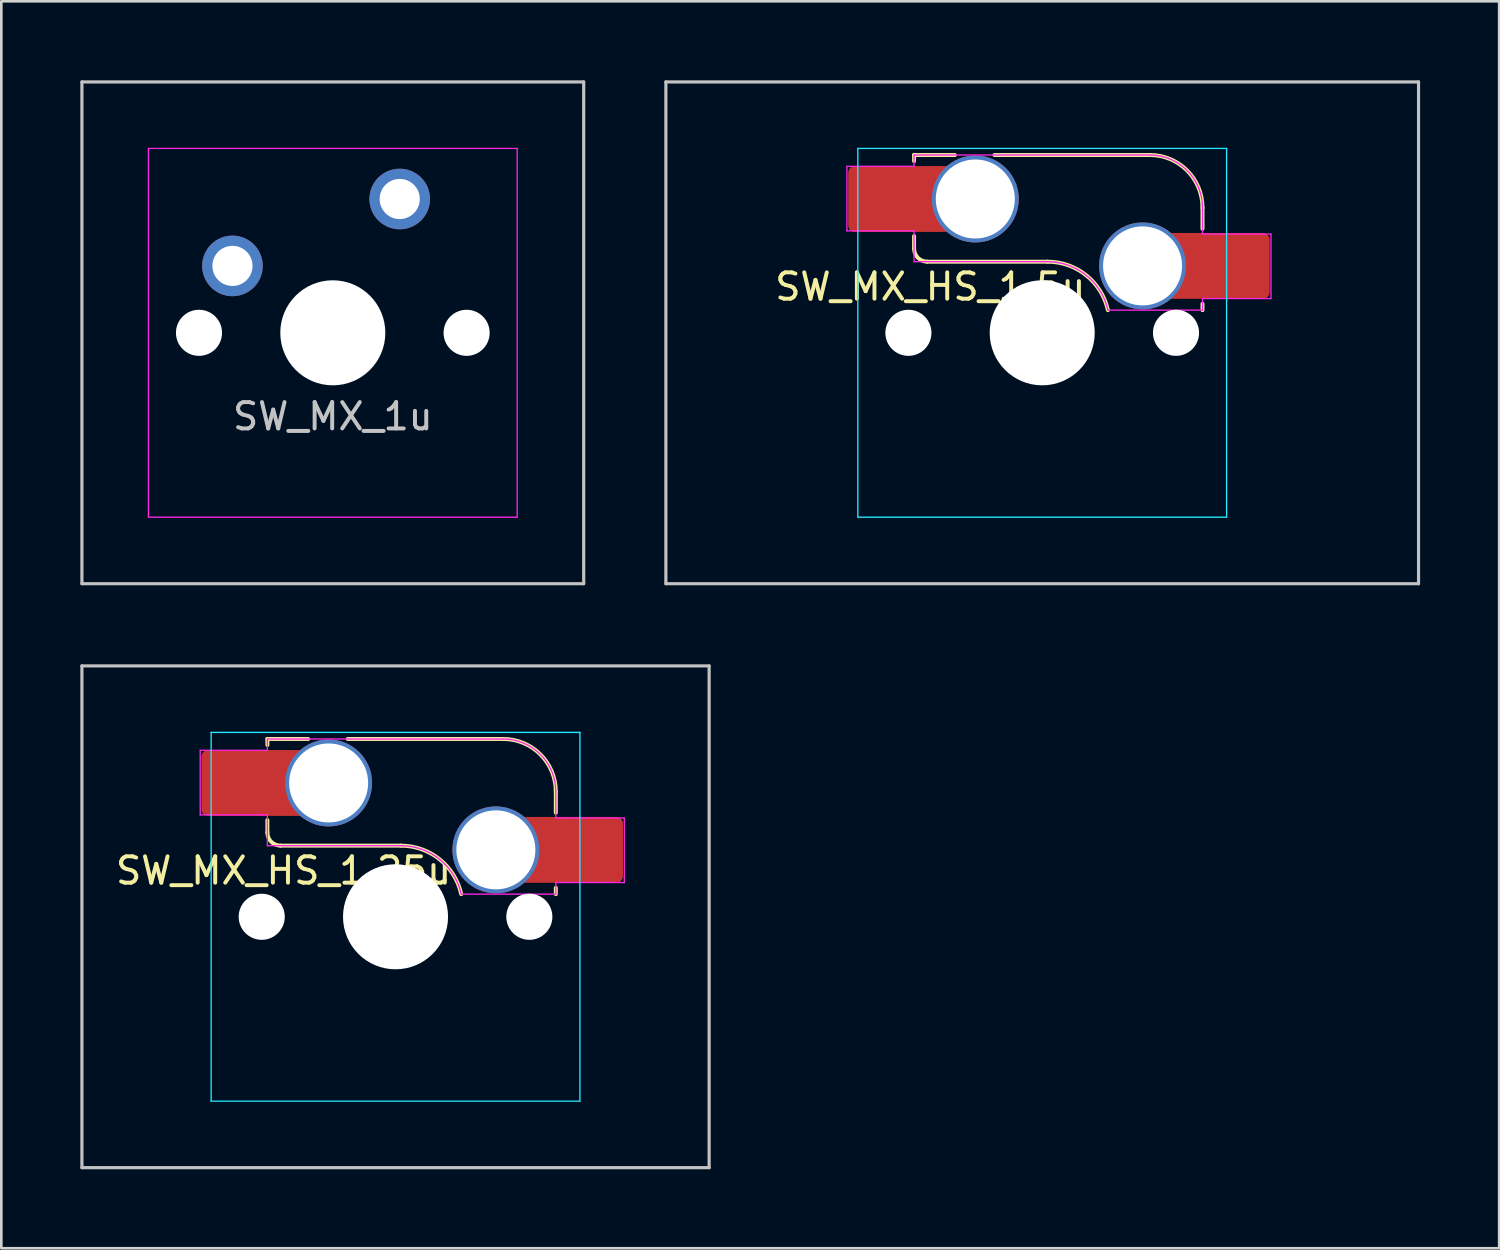
<source format=kicad_pcb>
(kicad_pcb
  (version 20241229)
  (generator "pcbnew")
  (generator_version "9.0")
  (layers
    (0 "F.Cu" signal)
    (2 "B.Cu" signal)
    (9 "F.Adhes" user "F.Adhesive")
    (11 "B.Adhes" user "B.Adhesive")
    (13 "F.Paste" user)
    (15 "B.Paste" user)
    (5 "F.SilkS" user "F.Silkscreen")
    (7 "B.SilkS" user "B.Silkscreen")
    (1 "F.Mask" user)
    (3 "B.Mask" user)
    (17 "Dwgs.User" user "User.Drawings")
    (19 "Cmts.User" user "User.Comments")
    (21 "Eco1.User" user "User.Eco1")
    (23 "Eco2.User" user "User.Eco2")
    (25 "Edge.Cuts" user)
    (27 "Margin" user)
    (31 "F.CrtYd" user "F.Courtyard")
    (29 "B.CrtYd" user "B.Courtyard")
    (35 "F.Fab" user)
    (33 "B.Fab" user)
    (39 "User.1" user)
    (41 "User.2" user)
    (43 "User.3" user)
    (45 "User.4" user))
  (footprint "SW_MX_HS_1.25u"
    (layer "F.Cu")
    (at 11.966 31.755)
    (property "Reference" "SW_MX_HS_1.25u" (at -4.25 -1.75 0) (layer "F.SilkS") (effects (font (size 1 1) (thickness 0.15))))
    (attr smd)
    (fp_line (start -4.865 -6.75) (end -4.865 -6.52) (stroke (width 0.15) (type solid)) (layer "F.SilkS"))
    (fp_line (start -4.865 -3.67) (end -4.865 -3.2) (stroke (width 0.15) (type solid)) (layer "F.SilkS"))
    (fp_line (start -4.365 -2.7) (end 0.2 -2.7) (stroke (width 0.15) (type solid)) (layer "F.SilkS"))
    (fp_line (start -3.315 -6.75) (end -4.865 -6.75) (stroke (width 0.15) (type solid)) (layer "F.SilkS"))
    (fp_line (start 4.085 -6.75) (end -1.815 -6.75) (stroke (width 0.15) (type solid)) (layer "F.SilkS"))
    (fp_line (start 6.085 -3.95) (end 6.085 -4.75) (stroke (width 0.15) (type solid)) (layer "F.SilkS"))
    (fp_line (start 6.085 -1.1) (end 6.085 -0.86) (stroke (width 0.15) (type solid)) (layer "F.SilkS"))
    (fp_arc (start -4.364824 -2.70022) (mid -4.718377 -2.846667) (end -4.864824 -3.20022) (stroke (width 0.15) (type solid)) (layer "F.SilkS"))
    (fp_arc (start 0.2 -2.70022) (mid 1.670693 -2.183637) (end 2.494322 -0.86022) (stroke (width 0.15) (type solid)) (layer "F.SilkS"))
    (fp_arc (start 4.085176 -6.75022) (mid 5.49939 -6.164434) (end 6.085176 -4.75022) (stroke (width 0.15) (type solid)) (layer "F.SilkS"))
    (fp_line (start -11.906 -9.525) (end 11.906 -9.525) (stroke (width 0.12) (type solid)) (layer "Dwgs.User"))
    (fp_line (start -11.906 9.525) (end -11.906 -9.525) (stroke (width 0.12) (type solid)) (layer "Dwgs.User"))
    (fp_line (start 11.906 -9.525) (end 11.906 9.525) (stroke (width 0.12) (type solid)) (layer "Dwgs.User"))
    (fp_line (start 11.906 9.525) (end -11.906 9.525) (stroke (width 0.12) (type solid)) (layer "Dwgs.User"))
    (fp_line (start -7 -6.5) (end -7 6.5) (stroke (width 0.05) (type solid)) (layer "Eco2.User"))
    (fp_line (start -6.5 7) (end 6.5 7) (stroke (width 0.05) (type solid)) (layer "Eco2.User"))
    (fp_line (start 6.5 -7) (end -6.5 -7) (stroke (width 0.05) (type solid)) (layer "Eco2.User"))
    (fp_line (start 7 6.5) (end 7 -6.5) (stroke (width 0.05) (type solid)) (layer "Eco2.User"))
    (fp_arc (start -7 -6.5) (mid -6.853553 -6.853553) (end -6.5 -7) (stroke (width 0.05) (type solid)) (layer "Eco2.User"))
    (fp_arc (start -6.497236 6.998884) (mid -6.850789 6.852437) (end -6.997236 6.498884) (stroke (width 0.05) (type solid)) (layer "Eco2.User"))
    (fp_arc (start 6.5 -7) (mid 6.853553 -6.853553) (end 7 -6.5) (stroke (width 0.05) (type solid)) (layer "Eco2.User"))
    (fp_arc (start 7 6.5) (mid 6.853553 6.853553) (end 6.5 7) (stroke (width 0.05) (type solid)) (layer "Eco2.User"))
    (fp_line (start -7 -7) (end 7 -7) (stroke (width 0.05) (type solid)) (layer "B.CrtYd"))
    (fp_line (start -7 7) (end -7 -7) (stroke (width 0.05) (type solid)) (layer "B.CrtYd"))
    (fp_line (start 7 -7) (end 7 7) (stroke (width 0.05) (type solid)) (layer "B.CrtYd"))
    (fp_line (start 7 7) (end -7 7) (stroke (width 0.05) (type solid)) (layer "B.CrtYd"))
    (fp_line (start -7.415 -6.32) (end -4.865 -6.32) (stroke (width 0.05) (type solid)) (layer "F.CrtYd"))
    (fp_line (start -7.415 -3.87) (end -7.415 -6.32) (stroke (width 0.05) (type solid)) (layer "F.CrtYd"))
    (fp_line (start -4.865 -6.75) (end -4.865 -6.32) (stroke (width 0.05) (type solid)) (layer "F.CrtYd"))
    (fp_line (start -4.865 -3.87) (end -7.415 -3.87) (stroke (width 0.05) (type solid)) (layer "F.CrtYd"))
    (fp_line (start -4.865 -3.87) (end -4.865 -2.7) (stroke (width 0.05) (type solid)) (layer "F.CrtYd"))
    (fp_line (start -4.865 -2.7) (end 0.2 -2.7) (stroke (width 0.05) (type solid)) (layer "F.CrtYd"))
    (fp_line (start 4.085 -6.75) (end -4.865 -6.75) (stroke (width 0.05) (type solid)) (layer "F.CrtYd"))
    (fp_line (start 6.085 -3.75) (end 6.085 -4.75) (stroke (width 0.05) (type solid)) (layer "F.CrtYd"))
    (fp_line (start 6.085 -3.75) (end 8.685 -3.75) (stroke (width 0.05) (type solid)) (layer "F.CrtYd"))
    (fp_line (start 6.085 -1.3) (end 6.085 -0.86) (stroke (width 0.05) (type solid)) (layer "F.CrtYd"))
    (fp_line (start 6.085 -0.86) (end 2.494 -0.86) (stroke (width 0.05) (type solid)) (layer "F.CrtYd"))
    (fp_line (start 8.685 -3.75) (end 8.685 -1.3) (stroke (width 0.05) (type solid)) (layer "F.CrtYd"))
    (fp_line (start 8.685 -1.3) (end 6.085 -1.3) (stroke (width 0.05) (type solid)) (layer "F.CrtYd"))
    (fp_arc (start 0.2 -2.70022) (mid 1.670503 -2.183399) (end 2.494322 -0.86022) (stroke (width 0.05) (type solid)) (layer "F.CrtYd"))
    (fp_arc (start 4.085176 -6.75022) (mid 5.49939 -6.164434) (end 6.085176 -4.75022) (stroke (width 0.05) (type solid)) (layer "F.CrtYd"))
    (pad "" np_thru_hole circle (at -5.08 0) (size 1.75 1.75) (drill 1.75) (layers "*.Cu" "*.Mask"))
    (pad "" np_thru_hole circle (at 0 0) (size 3.988 3.988) (drill 3.988) (layers "*.Cu" "*.Mask"))
    (pad "" np_thru_hole circle (at 5.08 0) (size 1.75 1.75) (drill 1.75) (layers "*.Cu" "*.Mask"))
    (pad "1" thru_hole circle (at 3.81 -2.54) (size 3.3 3.3) (drill 3) (layers "*.Cu" "*.Mask"))
    (pad "1" smd rect (at 5.635 -2.54 180) (size 1.65 2.5) (layers "F.Cu"))
    (pad "1" smd roundrect (at 7.36 -2.54) (size 2.55 2.5) (layers "F.Cu" "F.Mask" "F.Paste") (roundrect_rratio 0.1))
    (pad "2" smd roundrect (at -6.09 -5.08) (size 2.55 2.5) (layers "F.Cu" "F.Mask" "F.Paste") (roundrect_rratio 0.1))
    (pad "2" smd rect (at -4.34 -5.08) (size 1.65 2.5) (layers "F.Cu"))
    (pad "2" thru_hole circle (at -2.54 -5.08) (size 3.3 3.3) (drill 3) (layers "*.Cu" "*.Mask")))
  (footprint "SW_MX_HS_1.5u"
    (layer "F.Cu")
    (at 36.517 9.585)
    (property "Reference" "SW_MX_HS_1.5u" (at -4.25 -1.75 0) (layer "F.SilkS") (effects (font (size 1 1) (thickness 0.15))))
    (attr smd)
    (fp_line (start -4.865 -6.75) (end -4.865 -6.52) (stroke (width 0.15) (type solid)) (layer "F.SilkS"))
    (fp_line (start -4.865 -3.67) (end -4.865 -3.2) (stroke (width 0.15) (type solid)) (layer "F.SilkS"))
    (fp_line (start -4.365 -2.7) (end 0.2 -2.7) (stroke (width 0.15) (type solid)) (layer "F.SilkS"))
    (fp_line (start -3.315 -6.75) (end -4.865 -6.75) (stroke (width 0.15) (type solid)) (layer "F.SilkS"))
    (fp_line (start 4.085 -6.75) (end -1.815 -6.75) (stroke (width 0.15) (type solid)) (layer "F.SilkS"))
    (fp_line (start 6.085 -3.95) (end 6.085 -4.75) (stroke (width 0.15) (type solid)) (layer "F.SilkS"))
    (fp_line (start 6.085 -1.1) (end 6.085 -0.86) (stroke (width 0.15) (type solid)) (layer "F.SilkS"))
    (fp_arc (start -4.364824 -2.70022) (mid -4.718377 -2.846667) (end -4.864824 -3.20022) (stroke (width 0.15) (type solid)) (layer "F.SilkS"))
    (fp_arc (start 0.2 -2.70022) (mid 1.670693 -2.183637) (end 2.494322 -0.86022) (stroke (width 0.15) (type solid)) (layer "F.SilkS"))
    (fp_arc (start 4.085176 -6.75022) (mid 5.49939 -6.164434) (end 6.085176 -4.75022) (stroke (width 0.15) (type solid)) (layer "F.SilkS"))
    (fp_line (start -14.287 -9.525) (end 14.287 -9.525) (stroke (width 0.12) (type solid)) (layer "Dwgs.User"))
    (fp_line (start -14.287 9.525) (end -14.287 -9.525) (stroke (width 0.12) (type solid)) (layer "Dwgs.User"))
    (fp_line (start 14.287 -9.525) (end 14.287 9.525) (stroke (width 0.12) (type solid)) (layer "Dwgs.User"))
    (fp_line (start 14.287 9.525) (end -14.287 9.525) (stroke (width 0.12) (type solid)) (layer "Dwgs.User"))
    (fp_line (start -7 -6.5) (end -7 6.5) (stroke (width 0.05) (type solid)) (layer "Eco2.User"))
    (fp_line (start -6.5 7) (end 6.5 7) (stroke (width 0.05) (type solid)) (layer "Eco2.User"))
    (fp_line (start 6.5 -7) (end -6.5 -7) (stroke (width 0.05) (type solid)) (layer "Eco2.User"))
    (fp_line (start 7 6.5) (end 7 -6.5) (stroke (width 0.05) (type solid)) (layer "Eco2.User"))
    (fp_arc (start -7 -6.5) (mid -6.853553 -6.853553) (end -6.5 -7) (stroke (width 0.05) (type solid)) (layer "Eco2.User"))
    (fp_arc (start -6.497236 6.998884) (mid -6.850789 6.852437) (end -6.997236 6.498884) (stroke (width 0.05) (type solid)) (layer "Eco2.User"))
    (fp_arc (start 6.5 -7) (mid 6.853553 -6.853553) (end 7 -6.5) (stroke (width 0.05) (type solid)) (layer "Eco2.User"))
    (fp_arc (start 7 6.5) (mid 6.853553 6.853553) (end 6.5 7) (stroke (width 0.05) (type solid)) (layer "Eco2.User"))
    (fp_line (start -7 -7) (end 7 -7) (stroke (width 0.05) (type solid)) (layer "B.CrtYd"))
    (fp_line (start -7 7) (end -7 -7) (stroke (width 0.05) (type solid)) (layer "B.CrtYd"))
    (fp_line (start 7 -7) (end 7 7) (stroke (width 0.05) (type solid)) (layer "B.CrtYd"))
    (fp_line (start 7 7) (end -7 7) (stroke (width 0.05) (type solid)) (layer "B.CrtYd"))
    (fp_line (start -7.415 -6.32) (end -4.865 -6.32) (stroke (width 0.05) (type solid)) (layer "F.CrtYd"))
    (fp_line (start -7.415 -3.87) (end -7.415 -6.32) (stroke (width 0.05) (type solid)) (layer "F.CrtYd"))
    (fp_line (start -4.865 -6.75) (end -4.865 -6.32) (stroke (width 0.05) (type solid)) (layer "F.CrtYd"))
    (fp_line (start -4.865 -3.87) (end -7.415 -3.87) (stroke (width 0.05) (type solid)) (layer "F.CrtYd"))
    (fp_line (start -4.865 -3.87) (end -4.865 -2.7) (stroke (width 0.05) (type solid)) (layer "F.CrtYd"))
    (fp_line (start -4.865 -2.7) (end 0.2 -2.7) (stroke (width 0.05) (type solid)) (layer "F.CrtYd"))
    (fp_line (start 4.085 -6.75) (end -4.865 -6.75) (stroke (width 0.05) (type solid)) (layer "F.CrtYd"))
    (fp_line (start 6.085 -3.75) (end 6.085 -4.75) (stroke (width 0.05) (type solid)) (layer "F.CrtYd"))
    (fp_line (start 6.085 -3.75) (end 8.685 -3.75) (stroke (width 0.05) (type solid)) (layer "F.CrtYd"))
    (fp_line (start 6.085 -1.3) (end 6.085 -0.86) (stroke (width 0.05) (type solid)) (layer "F.CrtYd"))
    (fp_line (start 6.085 -0.86) (end 2.494 -0.86) (stroke (width 0.05) (type solid)) (layer "F.CrtYd"))
    (fp_line (start 8.685 -3.75) (end 8.685 -1.3) (stroke (width 0.05) (type solid)) (layer "F.CrtYd"))
    (fp_line (start 8.685 -1.3) (end 6.085 -1.3) (stroke (width 0.05) (type solid)) (layer "F.CrtYd"))
    (fp_arc (start 0.2 -2.70022) (mid 1.670503 -2.183399) (end 2.494322 -0.86022) (stroke (width 0.05) (type solid)) (layer "F.CrtYd"))
    (fp_arc (start 4.085176 -6.75022) (mid 5.49939 -6.164434) (end 6.085176 -4.75022) (stroke (width 0.05) (type solid)) (layer "F.CrtYd"))
    (pad "" np_thru_hole circle (at -5.08 0) (size 1.75 1.75) (drill 1.75) (layers "*.Cu" "*.Mask"))
    (pad "" np_thru_hole circle (at 0 0) (size 3.988 3.988) (drill 3.988) (layers "*.Cu" "*.Mask"))
    (pad "" np_thru_hole circle (at 5.08 0) (size 1.75 1.75) (drill 1.75) (layers "*.Cu" "*.Mask"))
    (pad "1" thru_hole circle (at 3.81 -2.54) (size 3.3 3.3) (drill 3) (layers "*.Cu" "*.Mask"))
    (pad "1" smd rect (at 5.635 -2.54 180) (size 1.65 2.5) (layers "F.Cu"))
    (pad "1" smd roundrect (at 7.36 -2.54) (size 2.55 2.5) (layers "F.Cu" "F.Mask" "F.Paste") (roundrect_rratio 0.1))
    (pad "2" smd roundrect (at -6.09 -5.08) (size 2.55 2.5) (layers "F.Cu" "F.Mask" "F.Paste") (roundrect_rratio 0.1))
    (pad "2" smd rect (at -4.34 -5.08) (size 1.65 2.5) (layers "F.Cu"))
    (pad "2" thru_hole circle (at -2.54 -5.08) (size 3.3 3.3) (drill 3) (layers "*.Cu" "*.Mask")))
  (footprint "SW_MX_1u"
    (layer "F.Cu")
    (at 9.585 9.585)
    (property "Reference" "SW_MX_1u" (at 0 3.175 0) (layer "Dwgs.User") (effects (font (size 1 1) (thickness 0.15))))
    (attr through_hole exclude_from_pos_files exclude_from_bom)
    (fp_line (start -9.525 -9.525) (end -9.525 9.525) (stroke (width 0.12) (type solid)) (layer "Dwgs.User"))
    (fp_line (start -9.525 9.525) (end 9.525 9.525) (stroke (width 0.12) (type solid)) (layer "Dwgs.User"))
    (fp_line (start 9.525 -9.525) (end -9.525 -9.525) (stroke (width 0.12) (type solid)) (layer "Dwgs.User"))
    (fp_line (start 9.525 9.525) (end 9.525 -9.525) (stroke (width 0.12) (type solid)) (layer "Dwgs.User"))
    (fp_line (start -7 6.5) (end -7 -6.5) (stroke (width 0.05) (type solid)) (layer "Eco2.User"))
    (fp_line (start -6.5 -7) (end 6.5 -7) (stroke (width 0.05) (type solid)) (layer "Eco2.User"))
    (fp_line (start 6.5 7) (end -6.5 7) (stroke (width 0.05) (type solid)) (layer "Eco2.User"))
    (fp_line (start 7 -6.5) (end 7 6.5) (stroke (width 0.05) (type solid)) (layer "Eco2.User"))
    (fp_arc (start -7 -6.5) (mid -6.853553 -6.853553) (end -6.5 -7) (stroke (width 0.05) (type solid)) (layer "Eco2.User"))
    (fp_arc (start -6.5 7) (mid -6.853553 6.853553) (end -7 6.5) (stroke (width 0.05) (type solid)) (layer "Eco2.User"))
    (fp_arc (start 6.5 -7) (mid 6.853553 -6.853553) (end 7 -6.5) (stroke (width 0.05) (type solid)) (layer "Eco2.User"))
    (fp_arc (start 6.997236 6.498884) (mid 6.850789 6.852437) (end 6.497236 6.998884) (stroke (width 0.05) (type solid)) (layer "Eco2.User"))
    (fp_line (start -7 -7) (end -7 7) (stroke (width 0.05) (type solid)) (layer "F.CrtYd"))
    (fp_line (start -7 7) (end 7 7) (stroke (width 0.05) (type solid)) (layer "F.CrtYd"))
    (fp_line (start 7 -7) (end -7 -7) (stroke (width 0.05) (type solid)) (layer "F.CrtYd"))
    (fp_line (start 7 7) (end 7 -7) (stroke (width 0.05) (type solid)) (layer "F.CrtYd"))
    (pad "" np_thru_hole circle (at -5.08 0) (size 1.75 1.75) (drill 1.75) (layers "*.Cu" "*.Mask"))
    (pad "" np_thru_hole circle (at 0 0) (size 3.988 3.988) (drill 3.988) (layers "*.Cu" "*.Mask"))
    (pad "" np_thru_hole circle (at 5.08 0) (size 1.75 1.75) (drill 1.75) (layers "*.Cu" "*.Mask"))
    (pad "1" thru_hole circle (at -3.81 -2.54) (size 2.3 2.3) (drill 1.524) (layers "*.Cu" "B.Mask"))
    (pad "2" thru_hole circle (at 2.54 -5.08) (size 2.3 2.3) (drill 1.524) (layers "*.Cu" "B.Mask")))
  (gr_rect
    (start -3 -3)
    (end 53.865 44.34)
    (stroke (width 0.1) (type default))
    (fill no)
    (layer "Edge.Cuts")))
</source>
